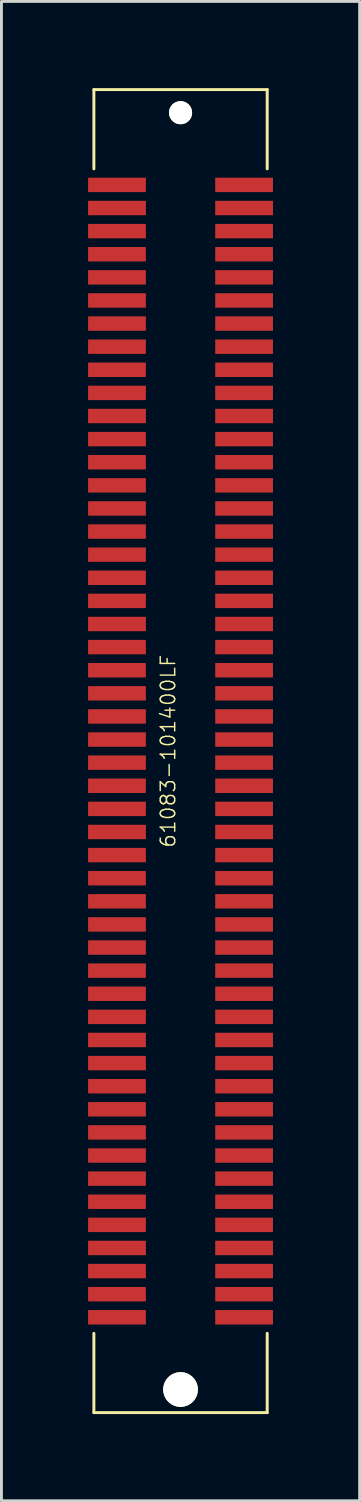
<source format=kicad_pcb>
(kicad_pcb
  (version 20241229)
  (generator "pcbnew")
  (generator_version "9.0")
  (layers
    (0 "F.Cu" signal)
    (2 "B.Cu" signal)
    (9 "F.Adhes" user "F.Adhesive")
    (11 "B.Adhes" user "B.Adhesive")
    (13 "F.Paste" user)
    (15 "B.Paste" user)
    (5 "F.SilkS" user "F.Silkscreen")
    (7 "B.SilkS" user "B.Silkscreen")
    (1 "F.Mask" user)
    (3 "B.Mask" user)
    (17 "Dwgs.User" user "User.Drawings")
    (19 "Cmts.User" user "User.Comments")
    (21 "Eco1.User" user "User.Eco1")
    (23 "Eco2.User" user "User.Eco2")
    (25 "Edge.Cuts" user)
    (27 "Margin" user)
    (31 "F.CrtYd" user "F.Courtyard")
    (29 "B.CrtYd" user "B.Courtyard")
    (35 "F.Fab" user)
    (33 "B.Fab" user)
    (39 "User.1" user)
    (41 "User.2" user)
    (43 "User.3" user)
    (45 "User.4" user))
  (footprint "61083-101400LF"
    (layer "F.Cu")
    (at 3.2 22.951)
    (property "Reference" "61083-101400LF" (at -0.432 0 90) (layer "F.SilkS") (effects (font (size 0.5 0.5) (thickness 0.05))))
    (attr through_hole)
    (fp_line (start -3 -22.9) (end 3 -22.9) (stroke (width 0.102) (type solid)) (layer "F.SilkS"))
    (fp_line (start -3 -20.157) (end -3 -22.9) (stroke (width 0.102) (type solid)) (layer "F.SilkS"))
    (fp_line (start -3 22.9) (end -3 20.157) (stroke (width 0.102) (type solid)) (layer "F.SilkS"))
    (fp_line (start 3 -22.9) (end 3 -20.157) (stroke (width 0.102) (type solid)) (layer "F.SilkS"))
    (fp_line (start 3 20.157) (end 3 22.9) (stroke (width 0.102) (type solid)) (layer "F.SilkS"))
    (fp_line (start 3 22.9) (end -3 22.9) (stroke (width 0.102) (type solid)) (layer "F.SilkS"))
    (pad "" np_thru_hole circle (at 0 -22.1) (size 0.8 0.8) (drill oval 0.8) (layers "*.Cu" "*.Mask" "F.SilkS"))
    (pad "" np_thru_hole circle (at 0 22.1) (size 1.2 1.2) (drill oval 1.2) (layers "*.Cu" "*.Mask" "F.SilkS"))
    (pad "1" smd rect (at 2.2 -19.6) (size 2 0.5) (layers "F.Cu" "F.Mask" "F.Paste"))
    (pad "2" smd rect (at -2.2 -19.6) (size 2 0.5) (layers "F.Cu" "F.Mask" "F.Paste"))
    (pad "3" smd rect (at 2.2 -18.8) (size 2 0.5) (layers "F.Cu" "F.Mask" "F.Paste"))
    (pad "4" smd rect (at -2.2 -18.8) (size 2 0.5) (layers "F.Cu" "F.Mask" "F.Paste"))
    (pad "5" smd rect (at 2.2 -18) (size 2 0.5) (layers "F.Cu" "F.Mask" "F.Paste"))
    (pad "6" smd rect (at -2.2 -18) (size 2 0.5) (layers "F.Cu" "F.Mask" "F.Paste"))
    (pad "7" smd rect (at 2.2 -17.2) (size 2 0.5) (layers "F.Cu" "F.Mask" "F.Paste"))
    (pad "8" smd rect (at -2.2 -17.2) (size 2 0.5) (layers "F.Cu" "F.Mask" "F.Paste"))
    (pad "9" smd rect (at 2.2 -16.4) (size 2 0.5) (layers "F.Cu" "F.Mask" "F.Paste"))
    (pad "10" smd rect (at -2.2 -16.4) (size 2 0.5) (layers "F.Cu" "F.Mask" "F.Paste"))
    (pad "11" smd rect (at 2.2 -15.6) (size 2 0.5) (layers "F.Cu" "F.Mask" "F.Paste"))
    (pad "12" smd rect (at -2.2 -15.6) (size 2 0.5) (layers "F.Cu" "F.Mask" "F.Paste"))
    (pad "13" smd rect (at 2.2 -14.8) (size 2 0.5) (layers "F.Cu" "F.Mask" "F.Paste"))
    (pad "14" smd rect (at -2.2 -14.8) (size 2 0.5) (layers "F.Cu" "F.Mask" "F.Paste"))
    (pad "15" smd rect (at 2.2 -14) (size 2 0.5) (layers "F.Cu" "F.Mask" "F.Paste"))
    (pad "16" smd rect (at -2.2 -14) (size 2 0.5) (layers "F.Cu" "F.Mask" "F.Paste"))
    (pad "17" smd rect (at 2.2 -13.2) (size 2 0.5) (layers "F.Cu" "F.Mask" "F.Paste"))
    (pad "18" smd rect (at -2.2 -13.2) (size 2 0.5) (layers "F.Cu" "F.Mask" "F.Paste"))
    (pad "19" smd rect (at 2.2 -12.4) (size 2 0.5) (layers "F.Cu" "F.Mask" "F.Paste"))
    (pad "20" smd rect (at -2.2 -12.4) (size 2 0.5) (layers "F.Cu" "F.Mask" "F.Paste"))
    (pad "21" smd rect (at 2.2 -11.6) (size 2 0.5) (layers "F.Cu" "F.Mask" "F.Paste"))
    (pad "22" smd rect (at -2.2 -11.6) (size 2 0.5) (layers "F.Cu" "F.Mask" "F.Paste"))
    (pad "23" smd rect (at 2.2 -10.8) (size 2 0.5) (layers "F.Cu" "F.Mask" "F.Paste"))
    (pad "24" smd rect (at -2.2 -10.8) (size 2 0.5) (layers "F.Cu" "F.Mask" "F.Paste"))
    (pad "25" smd rect (at 2.2 -10) (size 2 0.5) (layers "F.Cu" "F.Mask" "F.Paste"))
    (pad "26" smd rect (at -2.2 -10) (size 2 0.5) (layers "F.Cu" "F.Mask" "F.Paste"))
    (pad "27" smd rect (at 2.2 -9.2) (size 2 0.5) (layers "F.Cu" "F.Mask" "F.Paste"))
    (pad "28" smd rect (at -2.2 -9.2) (size 2 0.5) (layers "F.Cu" "F.Mask" "F.Paste"))
    (pad "29" smd rect (at 2.2 -8.4) (size 2 0.5) (layers "F.Cu" "F.Mask" "F.Paste"))
    (pad "30" smd rect (at -2.2 -8.4) (size 2 0.5) (layers "F.Cu" "F.Mask" "F.Paste"))
    (pad "31" smd rect (at 2.2 -7.6) (size 2 0.5) (layers "F.Cu" "F.Mask" "F.Paste"))
    (pad "32" smd rect (at -2.2 -7.6) (size 2 0.5) (layers "F.Cu" "F.Mask" "F.Paste"))
    (pad "33" smd rect (at 2.2 -6.8) (size 2 0.5) (layers "F.Cu" "F.Mask" "F.Paste"))
    (pad "34" smd rect (at -2.2 -6.8) (size 2 0.5) (layers "F.Cu" "F.Mask" "F.Paste"))
    (pad "35" smd rect (at 2.2 -6) (size 2 0.5) (layers "F.Cu" "F.Mask" "F.Paste"))
    (pad "36" smd rect (at -2.2 -6) (size 2 0.5) (layers "F.Cu" "F.Mask" "F.Paste"))
    (pad "37" smd rect (at 2.2 -5.2) (size 2 0.5) (layers "F.Cu" "F.Mask" "F.Paste"))
    (pad "38" smd rect (at -2.2 -5.2) (size 2 0.5) (layers "F.Cu" "F.Mask" "F.Paste"))
    (pad "39" smd rect (at 2.2 -4.4) (size 2 0.5) (layers "F.Cu" "F.Mask" "F.Paste"))
    (pad "40" smd rect (at -2.2 -4.4) (size 2 0.5) (layers "F.Cu" "F.Mask" "F.Paste"))
    (pad "41" smd rect (at 2.2 -3.6) (size 2 0.5) (layers "F.Cu" "F.Mask" "F.Paste"))
    (pad "42" smd rect (at -2.2 -3.6) (size 2 0.5) (layers "F.Cu" "F.Mask" "F.Paste"))
    (pad "43" smd rect (at 2.2 -2.8) (size 2 0.5) (layers "F.Cu" "F.Mask" "F.Paste"))
    (pad "44" smd rect (at -2.2 -2.8) (size 2 0.5) (layers "F.Cu" "F.Mask" "F.Paste"))
    (pad "45" smd rect (at 2.2 -2) (size 2 0.5) (layers "F.Cu" "F.Mask" "F.Paste"))
    (pad "46" smd rect (at -2.2 -2) (size 2 0.5) (layers "F.Cu" "F.Mask" "F.Paste"))
    (pad "47" smd rect (at 2.2 -1.2) (size 2 0.5) (layers "F.Cu" "F.Mask" "F.Paste"))
    (pad "48" smd rect (at -2.2 -1.2) (size 2 0.5) (layers "F.Cu" "F.Mask" "F.Paste"))
    (pad "49" smd rect (at 2.2 -0.4) (size 2 0.5) (layers "F.Cu" "F.Mask" "F.Paste"))
    (pad "50" smd rect (at -2.2 -0.4) (size 2 0.5) (layers "F.Cu" "F.Mask" "F.Paste"))
    (pad "51" smd rect (at 2.2 0.4) (size 2 0.5) (layers "F.Cu" "F.Mask" "F.Paste"))
    (pad "52" smd rect (at -2.2 0.4) (size 2 0.5) (layers "F.Cu" "F.Mask" "F.Paste"))
    (pad "53" smd rect (at 2.2 1.2) (size 2 0.5) (layers "F.Cu" "F.Mask" "F.Paste"))
    (pad "54" smd rect (at -2.2 1.2) (size 2 0.5) (layers "F.Cu" "F.Mask" "F.Paste"))
    (pad "55" smd rect (at 2.2 2) (size 2 0.5) (layers "F.Cu" "F.Mask" "F.Paste"))
    (pad "56" smd rect (at -2.2 2) (size 2 0.5) (layers "F.Cu" "F.Mask" "F.Paste"))
    (pad "57" smd rect (at 2.2 2.8) (size 2 0.5) (layers "F.Cu" "F.Mask" "F.Paste"))
    (pad "58" smd rect (at -2.2 2.8) (size 2 0.5) (layers "F.Cu" "F.Mask" "F.Paste"))
    (pad "59" smd rect (at 2.2 3.6) (size 2 0.5) (layers "F.Cu" "F.Mask" "F.Paste"))
    (pad "60" smd rect (at -2.2 3.6) (size 2 0.5) (layers "F.Cu" "F.Mask" "F.Paste"))
    (pad "61" smd rect (at 2.2 4.4) (size 2 0.5) (layers "F.Cu" "F.Mask" "F.Paste"))
    (pad "62" smd rect (at -2.2 4.4) (size 2 0.5) (layers "F.Cu" "F.Mask" "F.Paste"))
    (pad "63" smd rect (at 2.2 5.2) (size 2 0.5) (layers "F.Cu" "F.Mask" "F.Paste"))
    (pad "64" smd rect (at -2.2 5.2) (size 2 0.5) (layers "F.Cu" "F.Mask" "F.Paste"))
    (pad "65" smd rect (at 2.2 6) (size 2 0.5) (layers "F.Cu" "F.Mask" "F.Paste"))
    (pad "66" smd rect (at -2.2 6) (size 2 0.5) (layers "F.Cu" "F.Mask" "F.Paste"))
    (pad "67" smd rect (at 2.2 6.8) (size 2 0.5) (layers "F.Cu" "F.Mask" "F.Paste"))
    (pad "68" smd rect (at -2.2 6.8) (size 2 0.5) (layers "F.Cu" "F.Mask" "F.Paste"))
    (pad "69" smd rect (at 2.2 7.6) (size 2 0.5) (layers "F.Cu" "F.Mask" "F.Paste"))
    (pad "70" smd rect (at -2.2 7.6) (size 2 0.5) (layers "F.Cu" "F.Mask" "F.Paste"))
    (pad "71" smd rect (at 2.2 8.4) (size 2 0.5) (layers "F.Cu" "F.Mask" "F.Paste"))
    (pad "72" smd rect (at -2.2 8.4) (size 2 0.5) (layers "F.Cu" "F.Mask" "F.Paste"))
    (pad "73" smd rect (at 2.2 9.2) (size 2 0.5) (layers "F.Cu" "F.Mask" "F.Paste"))
    (pad "74" smd rect (at -2.2 9.2) (size 2 0.5) (layers "F.Cu" "F.Mask" "F.Paste"))
    (pad "75" smd rect (at 2.2 10) (size 2 0.5) (layers "F.Cu" "F.Mask" "F.Paste"))
    (pad "76" smd rect (at -2.2 10) (size 2 0.5) (layers "F.Cu" "F.Mask" "F.Paste"))
    (pad "77" smd rect (at 2.2 10.8) (size 2 0.5) (layers "F.Cu" "F.Mask" "F.Paste"))
    (pad "78" smd rect (at -2.2 10.8) (size 2 0.5) (layers "F.Cu" "F.Mask" "F.Paste"))
    (pad "79" smd rect (at 2.2 11.6) (size 2 0.5) (layers "F.Cu" "F.Mask" "F.Paste"))
    (pad "80" smd rect (at -2.2 11.6) (size 2 0.5) (layers "F.Cu" "F.Mask" "F.Paste"))
    (pad "81" smd rect (at 2.2 12.4) (size 2 0.5) (layers "F.Cu" "F.Mask" "F.Paste"))
    (pad "82" smd rect (at -2.2 12.4) (size 2 0.5) (layers "F.Cu" "F.Mask" "F.Paste"))
    (pad "83" smd rect (at 2.2 13.2) (size 2 0.5) (layers "F.Cu" "F.Mask" "F.Paste"))
    (pad "84" smd rect (at -2.2 13.2) (size 2 0.5) (layers "F.Cu" "F.Mask" "F.Paste"))
    (pad "85" smd rect (at 2.2 14) (size 2 0.5) (layers "F.Cu" "F.Mask" "F.Paste"))
    (pad "86" smd rect (at -2.2 14) (size 2 0.5) (layers "F.Cu" "F.Mask" "F.Paste"))
    (pad "87" smd rect (at 2.2 14.8) (size 2 0.5) (layers "F.Cu" "F.Mask" "F.Paste"))
    (pad "88" smd rect (at -2.2 14.8) (size 2 0.5) (layers "F.Cu" "F.Mask" "F.Paste"))
    (pad "89" smd rect (at 2.2 15.6) (size 2 0.5) (layers "F.Cu" "F.Mask" "F.Paste"))
    (pad "90" smd rect (at -2.2 15.6) (size 2 0.5) (layers "F.Cu" "F.Mask" "F.Paste"))
    (pad "91" smd rect (at 2.2 16.4) (size 2 0.5) (layers "F.Cu" "F.Mask" "F.Paste"))
    (pad "92" smd rect (at -2.2 16.4) (size 2 0.5) (layers "F.Cu" "F.Mask" "F.Paste"))
    (pad "93" smd rect (at 2.2 17.2) (size 2 0.5) (layers "F.Cu" "F.Mask" "F.Paste"))
    (pad "94" smd rect (at -2.2 17.2) (size 2 0.5) (layers "F.Cu" "F.Mask" "F.Paste"))
    (pad "95" smd rect (at 2.2 18) (size 2 0.5) (layers "F.Cu" "F.Mask" "F.Paste"))
    (pad "96" smd rect (at -2.2 18) (size 2 0.5) (layers "F.Cu" "F.Mask" "F.Paste"))
    (pad "97" smd rect (at 2.2 18.8) (size 2 0.5) (layers "F.Cu" "F.Mask" "F.Paste"))
    (pad "98" smd rect (at -2.2 18.8) (size 2 0.5) (layers "F.Cu" "F.Mask" "F.Paste"))
    (pad "99" smd rect (at 2.2 19.6) (size 2 0.5) (layers "F.Cu" "F.Mask" "F.Paste"))
    (pad "100" smd rect (at -2.2 19.6) (size 2 0.5) (layers "F.Cu" "F.Mask" "F.Paste")))
  (gr_rect
    (start -3 -3)
    (end 9.4 48.902)
    (stroke (width 0.1) (type default))
    (fill no)
    (layer "Edge.Cuts")))
</source>
